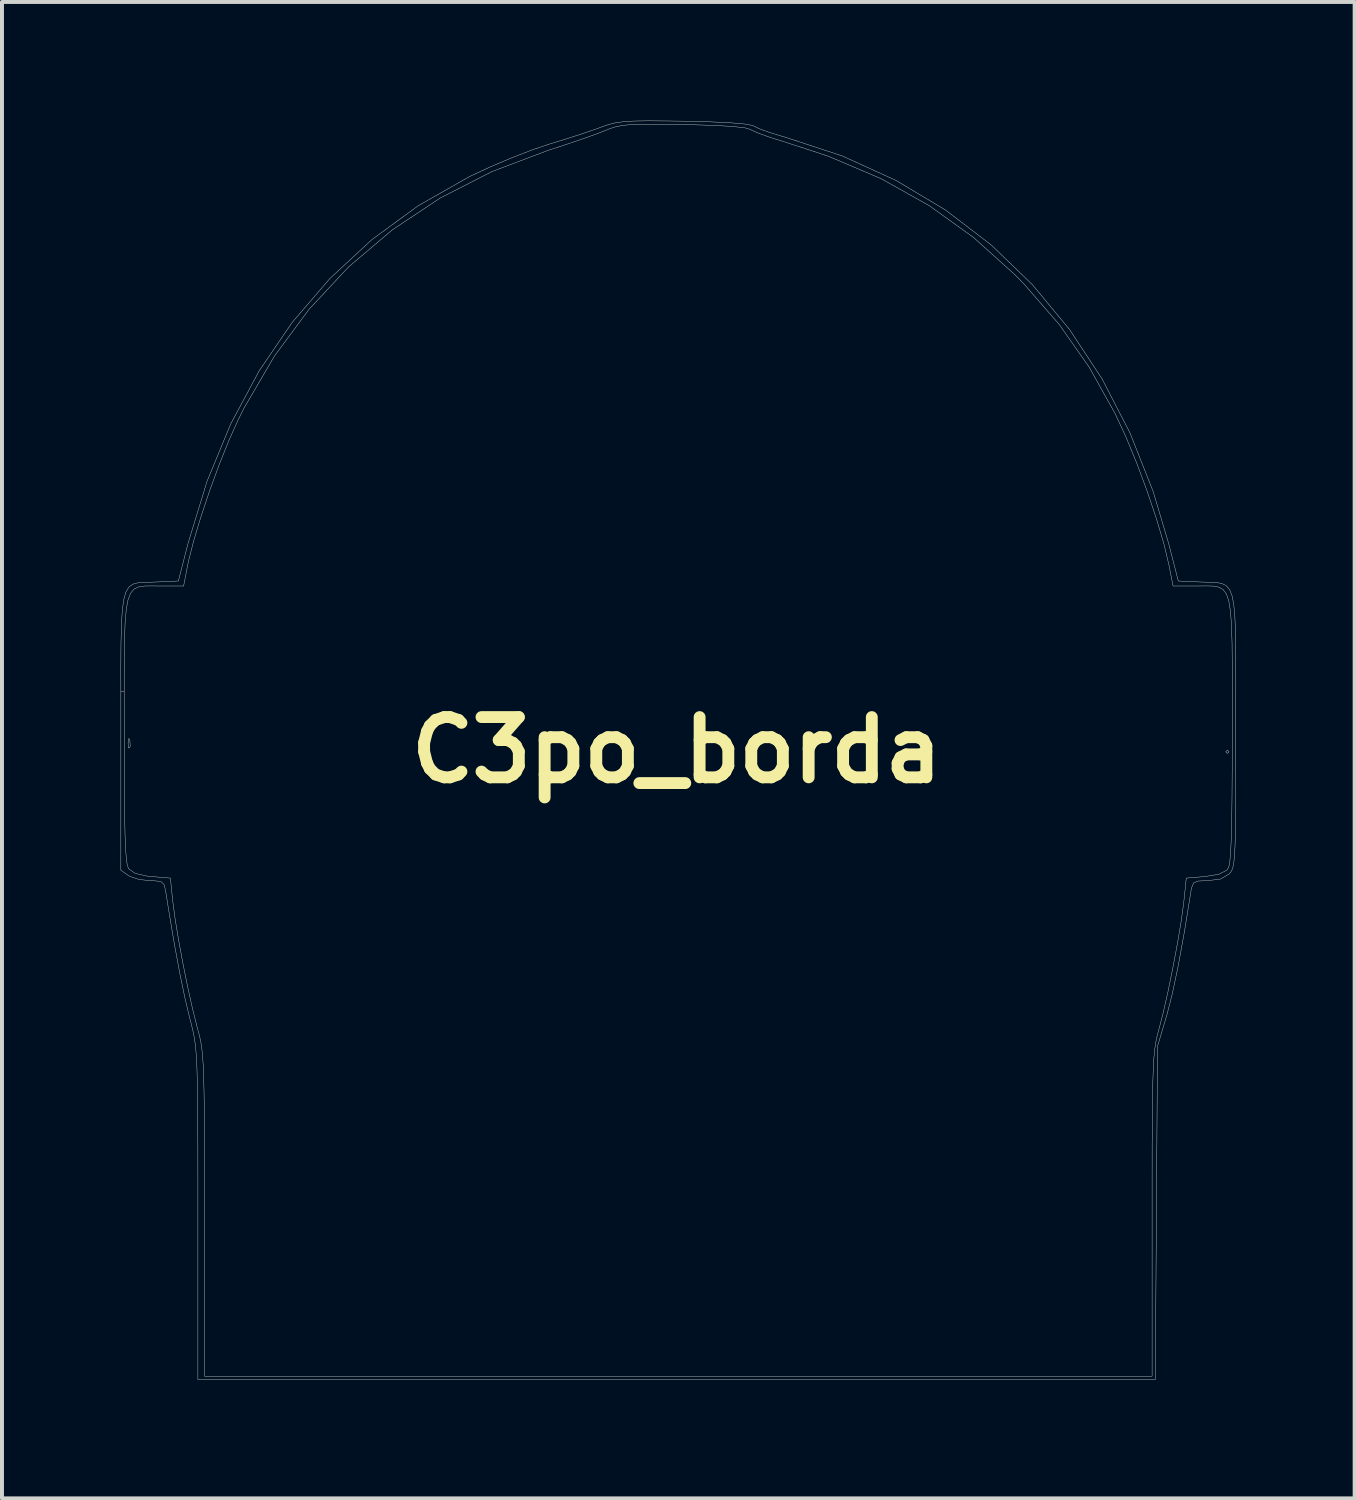
<source format=kicad_pcb>
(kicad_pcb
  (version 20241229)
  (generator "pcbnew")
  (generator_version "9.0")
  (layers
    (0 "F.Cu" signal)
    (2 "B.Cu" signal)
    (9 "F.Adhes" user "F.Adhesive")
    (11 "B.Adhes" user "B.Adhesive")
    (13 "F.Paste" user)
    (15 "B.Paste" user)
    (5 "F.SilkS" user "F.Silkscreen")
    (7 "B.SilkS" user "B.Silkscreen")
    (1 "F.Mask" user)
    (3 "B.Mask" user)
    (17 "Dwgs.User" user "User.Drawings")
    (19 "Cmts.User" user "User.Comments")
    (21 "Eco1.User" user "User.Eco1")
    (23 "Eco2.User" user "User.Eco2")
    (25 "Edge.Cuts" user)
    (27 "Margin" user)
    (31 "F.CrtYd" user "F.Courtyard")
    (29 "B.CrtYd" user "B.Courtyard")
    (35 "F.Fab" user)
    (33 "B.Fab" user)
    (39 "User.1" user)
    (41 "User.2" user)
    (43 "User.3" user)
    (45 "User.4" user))
  (footprint "C3po_borda"
    (layer "F.Cu")
    (at 14.061 15.918)
    (property "Reference" "C3po_borda" (at 0 0 0) (layer "F.SilkS") (effects (font (size 1.524 1.524) (thickness 0.3))))
    (attr through_hole)
    (fp_poly (pts (xy 13.97 0.042) (xy 13.928 0.085) (xy 13.885 0.042) (xy 13.928 0) (xy 13.97 0.042)) (stroke (width 0.01) (type solid)) (fill no) (layer "Edge.Cuts"))
    (fp_poly (pts (xy -13.829 -0.275) (xy -13.818 -0.102) (xy -13.829 -0.064) (xy -13.86 -0.053) (xy -13.872 -0.169) (xy -13.859 -0.29) (xy -13.829 -0.275)) (stroke (width 0.01) (type solid)) (fill no) (layer "Edge.Cuts"))
    (fp_poly (pts (xy -0.242 -15.909) (xy 0.195 -15.903) (xy 0.85 -15.887) (xy 1.361 -15.863) (xy 1.721 -15.832) (xy 1.922 -15.795) (xy 1.956 -15.779) (xy 2.09 -15.712) (xy 2.341 -15.621) (xy 2.658 -15.524) (xy 2.739 -15.501) (xy 4.189 -15.024) (xy 5.544 -14.407) (xy 6.8 -13.656) (xy 7.953 -12.775) (xy 8.999 -11.766) (xy 9.936 -10.635) (xy 10.759 -9.385) (xy 11.464 -8.02) (xy 12.048 -6.544) (xy 12.441 -5.227) (xy 12.685 -4.276) (xy 13.262 -4.25) (xy 13.473 -4.244) (xy 13.647 -4.237) (xy 13.787 -4.213) (xy 13.899 -4.158) (xy 13.984 -4.057) (xy 14.047 -3.895) (xy 14.09 -3.658) (xy 14.118 -3.331) (xy 14.133 -2.899) (xy 14.139 -2.347) (xy 14.14 -1.66) (xy 14.139 -0.824) (xy 14.139 -0.495) (xy 14.139 0.362) (xy 14.138 1.065) (xy 14.135 1.631) (xy 14.129 2.076) (xy 14.12 2.416) (xy 14.107 2.667) (xy 14.089 2.844) (xy 14.066 2.965) (xy 14.037 3.045) (xy 14 3.101) (xy 13.97 3.133) (xy 13.751 3.262) (xy 13.424 3.302) (xy 13.189 3.311) (xy 13.072 3.359) (xy 13.021 3.482) (xy 13.004 3.577) (xy 12.842 4.583) (xy 12.685 5.446) (xy 12.535 6.157) (xy 12.394 6.708) (xy 12.38 6.755) (xy 12.159 7.493) (xy 12.132 11.705) (xy 12.104 15.917) (xy -12.107 15.917) (xy -12.107 11.732) (xy -12.107 10.783) (xy -12.108 9.986) (xy -12.111 9.325) (xy -12.115 8.785) (xy -12.122 8.348) (xy -12.133 7.997) (xy -12.148 7.718) (xy -12.167 7.492) (xy -12.192 7.304) (xy -12.224 7.137) (xy -12.262 6.975) (xy -12.307 6.8) (xy -12.312 6.783) (xy -12.433 6.278) (xy -12.567 5.631) (xy -12.708 4.869) (xy -12.85 4.019) (xy -12.92 3.577) (xy -12.959 3.404) (xy -13.042 3.324) (xy -13.222 3.303) (xy -13.32 3.302) (xy -13.595 3.271) (xy -13.827 3.194) (xy -13.866 3.17) (xy -14.055 3.038) (xy -14.055 -0.457) (xy -14.055 -1.354) (xy -14.055 -1.482) (xy -13.971 -1.482) (xy -13.97 -0.621) (xy -13.97 -0.482) (xy -13.969 0.393) (xy -13.965 1.113) (xy -13.959 1.693) (xy -13.949 2.146) (xy -13.935 2.488) (xy -13.917 2.732) (xy -13.895 2.892) (xy -13.866 2.985) (xy -13.856 3.003) (xy -13.694 3.117) (xy -13.4 3.185) (xy -13.272 3.198) (xy -12.802 3.237) (xy -12.745 3.799) (xy -12.688 4.233) (xy -12.599 4.779) (xy -12.488 5.382) (xy -12.365 5.989) (xy -12.241 6.547) (xy -12.126 7.004) (xy -12.108 7.069) (xy -12.069 7.214) (xy -12.036 7.363) (xy -12.009 7.531) (xy -11.988 7.734) (xy -11.971 7.99) (xy -11.959 8.314) (xy -11.95 8.722) (xy -11.944 9.231) (xy -11.94 9.858) (xy -11.939 10.617) (xy -11.938 11.526) (xy -11.938 11.747) (xy -11.938 15.833) (xy 12.023 15.833) (xy 12.023 11.747) (xy 12.023 10.803) (xy 12.024 10.012) (xy 12.028 9.358) (xy 12.033 8.825) (xy 12.041 8.395) (xy 12.053 8.054) (xy 12.068 7.785) (xy 12.089 7.572) (xy 12.114 7.397) (xy 12.146 7.246) (xy 12.183 7.102) (xy 12.193 7.069) (xy 12.305 6.636) (xy 12.428 6.092) (xy 12.551 5.489) (xy 12.665 4.882) (xy 12.759 4.322) (xy 12.822 3.864) (xy 12.829 3.799) (xy 12.887 3.237) (xy 13.357 3.198) (xy 13.707 3.141) (xy 13.909 3.039) (xy 13.937 3.007) (xy 13.967 2.932) (xy 13.991 2.787) (xy 14.01 2.557) (xy 14.025 2.229) (xy 14.036 1.789) (xy 14.043 1.223) (xy 14.048 0.517) (xy 14.049 -0.342) (xy 14.05 -0.48) (xy 14.05 -1.365) (xy 14.05 -2.095) (xy 14.045 -2.686) (xy 14.031 -3.152) (xy 14.005 -3.507) (xy 13.963 -3.767) (xy 13.902 -3.947) (xy 13.817 -4.06) (xy 13.706 -4.122) (xy 13.563 -4.148) (xy 13.386 -4.152) (xy 13.172 -4.149) (xy 13.134 -4.149) (xy 12.553 -4.149) (xy 12.449 -4.678) (xy 12.321 -5.215) (xy 12.131 -5.856) (xy 11.896 -6.552) (xy 11.634 -7.257) (xy 11.36 -7.922) (xy 11.091 -8.502) (xy 11.088 -8.509) (xy 10.428 -9.689) (xy 9.674 -10.763) (xy 8.792 -11.777) (xy 8.551 -12.024) (xy 7.509 -12.962) (xy 6.386 -13.768) (xy 5.167 -14.451) (xy 3.837 -15.017) (xy 2.723 -15.382) (xy 2.382 -15.488) (xy 2.095 -15.589) (xy 1.909 -15.669) (xy 1.871 -15.692) (xy 1.733 -15.734) (xy 1.43 -15.769) (xy 0.97 -15.796) (xy 0.356 -15.815) (xy 0.183 -15.818) (xy -0.383 -15.827) (xy -0.808 -15.828) (xy -1.122 -15.819) (xy -1.353 -15.799) (xy -1.532 -15.765) (xy -1.686 -15.716) (xy -1.773 -15.68) (xy -2.001 -15.591) (xy -2.346 -15.467) (xy -2.764 -15.325) (xy -3.209 -15.179) (xy -3.263 -15.162) (xy -4.673 -14.628) (xy -5.984 -13.958) (xy -7.192 -13.154) (xy -8.295 -12.219) (xy -9.288 -11.156) (xy -10.169 -9.968) (xy -10.935 -8.658) (xy -11.104 -8.318) (xy -11.333 -7.806) (xy -11.575 -7.201) (xy -11.813 -6.549) (xy -12.031 -5.897) (xy -12.213 -5.293) (xy -12.343 -4.783) (xy -12.365 -4.678) (xy -12.468 -4.149) (xy -13.05 -4.149) (xy -13.272 -4.151) (xy -13.455 -4.149) (xy -13.603 -4.128) (xy -13.72 -4.072) (xy -13.809 -3.967) (xy -13.874 -3.798) (xy -13.919 -3.551) (xy -13.948 -3.211) (xy -13.963 -2.763) (xy -13.97 -2.191) (xy -13.971 -1.482) (xy -14.055 -1.482) (xy -14.056 -2.096) (xy -14.052 -2.698) (xy -14.04 -3.175) (xy -14.018 -3.541) (xy -13.981 -3.811) (xy -13.926 -4.001) (xy -13.851 -4.124) (xy -13.751 -4.196) (xy -13.623 -4.23) (xy -13.464 -4.242) (xy -13.27 -4.247) (xy -13.177 -4.25) (xy -12.6 -4.276) (xy -12.356 -5.227) (xy -11.877 -6.793) (xy -11.276 -8.249) (xy -10.556 -9.593) (xy -9.718 -10.821) (xy -8.766 -11.928) (xy -7.703 -12.912) (xy -6.531 -13.769) (xy -5.253 -14.495) (xy -5.207 -14.518) (xy -4.715 -14.747) (xy -4.179 -14.974) (xy -3.664 -15.174) (xy -3.232 -15.32) (xy -3.217 -15.325) (xy -2.797 -15.454) (xy -2.386 -15.587) (xy -2.042 -15.704) (xy -1.888 -15.761) (xy -1.718 -15.82) (xy -1.546 -15.863) (xy -1.341 -15.891) (xy -1.075 -15.907) (xy -0.718 -15.913) (xy -0.242 -15.909)) (stroke (width 0.01) (type solid)) (fill no) (layer "Edge.Cuts")))
  (gr_rect
    (start -3 -3)
    (end 31.206 34.84)
    (stroke (width 0.1) (type default))
    (fill no)
    (layer "Edge.Cuts")))
</source>
